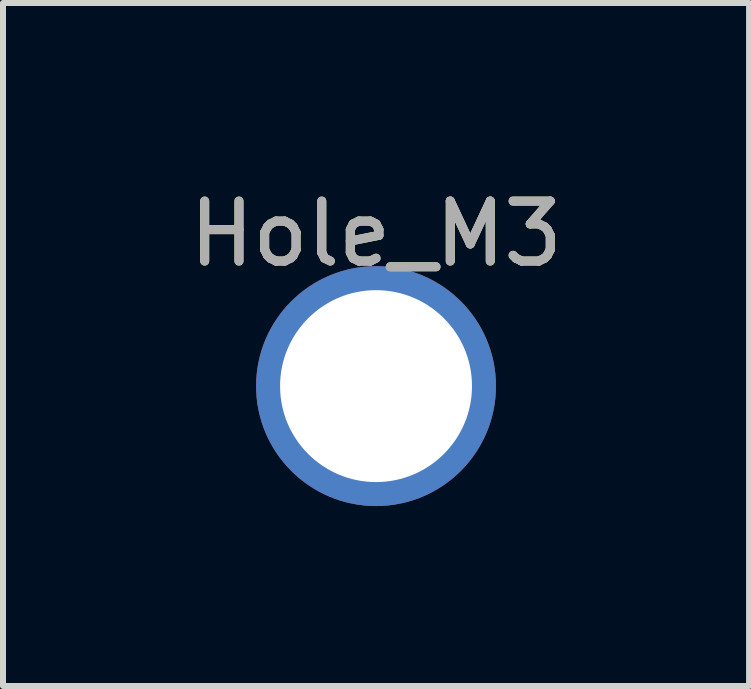
<source format=kicad_pcb>
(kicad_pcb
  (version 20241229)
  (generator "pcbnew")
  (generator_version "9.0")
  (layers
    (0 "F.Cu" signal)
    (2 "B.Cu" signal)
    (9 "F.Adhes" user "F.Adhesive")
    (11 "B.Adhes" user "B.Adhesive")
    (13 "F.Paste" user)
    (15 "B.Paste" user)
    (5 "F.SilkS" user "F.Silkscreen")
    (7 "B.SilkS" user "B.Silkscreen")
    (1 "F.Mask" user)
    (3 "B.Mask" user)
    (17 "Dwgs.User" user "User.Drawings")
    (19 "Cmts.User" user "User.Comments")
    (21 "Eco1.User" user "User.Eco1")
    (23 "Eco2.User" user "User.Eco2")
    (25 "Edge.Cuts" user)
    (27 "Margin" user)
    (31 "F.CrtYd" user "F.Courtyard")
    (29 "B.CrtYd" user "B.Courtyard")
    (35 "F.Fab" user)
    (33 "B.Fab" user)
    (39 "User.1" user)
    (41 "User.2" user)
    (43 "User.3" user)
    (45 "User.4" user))
  (footprint "Hole_M3"
    (layer "F.Cu")
    (at 3.22 3.388)
    (property "Reference" "Hole_M3" (at 0 -2.54 0) (unlocked yes) (layer "F.SilkS") (effects (font (size 1 1) (thickness 0.15))))
    (attr through_hole)
    (fp_text user "${REFERENCE}" (at 0 -2.54 0) (unlocked yes) (layer "F.Fab") (effects (font (size 1 1) (thickness 0.15))))
    (pad "1" thru_hole circle (at 0 0) (size 4 4) (drill 3.2) (layers "*.Cu" "*.Mask")))
  (gr_rect
    (start -3 -3)
    (end 9.44 8.388)
    (stroke (width 0.1) (type default))
    (fill no)
    (layer "Edge.Cuts")))
</source>
